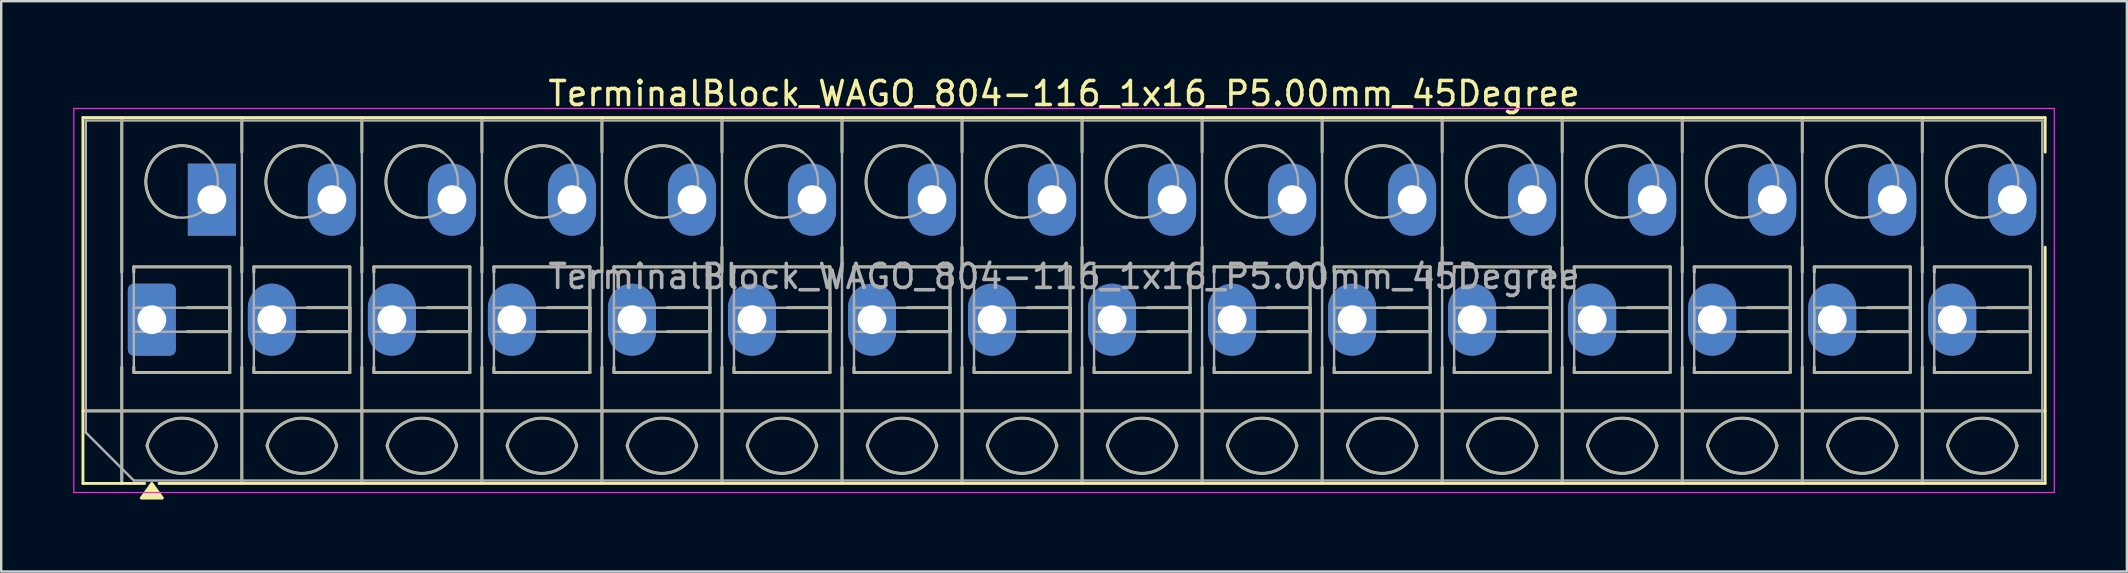
<source format=kicad_pcb>
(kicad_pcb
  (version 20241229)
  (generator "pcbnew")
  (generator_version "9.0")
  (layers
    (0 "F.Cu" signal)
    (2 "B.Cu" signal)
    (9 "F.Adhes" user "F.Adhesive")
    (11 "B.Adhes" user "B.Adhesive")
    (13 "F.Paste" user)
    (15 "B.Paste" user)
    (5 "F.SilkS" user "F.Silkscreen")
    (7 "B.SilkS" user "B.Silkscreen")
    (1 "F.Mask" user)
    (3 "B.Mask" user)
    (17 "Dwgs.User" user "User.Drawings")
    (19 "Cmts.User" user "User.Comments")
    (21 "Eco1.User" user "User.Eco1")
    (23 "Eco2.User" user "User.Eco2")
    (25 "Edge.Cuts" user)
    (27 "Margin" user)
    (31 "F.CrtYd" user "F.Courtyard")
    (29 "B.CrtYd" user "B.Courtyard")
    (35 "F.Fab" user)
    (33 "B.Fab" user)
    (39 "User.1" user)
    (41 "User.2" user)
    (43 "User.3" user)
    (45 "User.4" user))
  (footprint "TerminalBlock_WAGO_804-116_1x16_P5.00mm_45Degree"
    (layer "F.Cu")
    (at 3.275 10.268)
    (property "Reference" "TerminalBlock_WAGO_804-116_1x16_P5.00mm_45Degree" (at 38 -9.42 0) (layer "F.SilkS") (effects (font (size 1 1) (thickness 0.15))))
    (attr through_hole)
    (fp_line (start -2.87 -8.42) (end 78.87 -8.42) (stroke (width 0.12) (type solid)) (layer "F.SilkS"))
    (fp_line (start -2.87 3.8) (end 78.87 3.8) (stroke (width 0.12) (type solid)) (layer "F.SilkS"))
    (fp_line (start -2.87 6.82) (end -2.87 -8.42) (stroke (width 0.12) (type solid)) (layer "F.SilkS"))
    (fp_line (start -1.25 -8.42) (end -1.25 -1.98) (stroke (width 0.12) (type solid)) (layer "F.SilkS"))
    (fp_line (start -1.25 1.98) (end -1.25 6.82) (stroke (width 0.12) (type solid)) (layer "F.SilkS"))
    (fp_line (start -0.75 -2.2) (end 3.25 -2.2) (stroke (width 0.12) (type solid)) (layer "F.SilkS"))
    (fp_line (start -0.75 -1.98) (end -0.75 -2.2) (stroke (width 0.12) (type solid)) (layer "F.SilkS"))
    (fp_line (start -0.75 2.2) (end -0.75 1.98) (stroke (width 0.12) (type solid)) (layer "F.SilkS"))
    (fp_line (start -0.3 6.82) (end -2.87 6.82) (stroke (width 0.12) (type solid)) (layer "F.SilkS"))
    (fp_line (start 1.48 -0.5) (end 3.25 -0.5) (stroke (width 0.12) (type solid)) (layer "F.SilkS"))
    (fp_line (start 3.25 -2.2) (end 3.25 2.2) (stroke (width 0.12) (type solid)) (layer "F.SilkS"))
    (fp_line (start 3.25 -0.5) (end 3.25 0.5) (stroke (width 0.12) (type solid)) (layer "F.SilkS"))
    (fp_line (start 3.25 0.5) (end 1.48 0.5) (stroke (width 0.12) (type solid)) (layer "F.SilkS"))
    (fp_line (start 3.25 2.2) (end -0.75 2.2) (stroke (width 0.12) (type solid)) (layer "F.SilkS"))
    (fp_line (start 3.75 -8.42) (end 3.75 -6.98) (stroke (width 0.12) (type solid)) (layer "F.SilkS"))
    (fp_line (start 3.75 -3.02) (end 3.75 -1.98) (stroke (width 0.12) (type solid)) (layer "F.SilkS"))
    (fp_line (start 3.75 1.98) (end 3.75 6.82) (stroke (width 0.12) (type solid)) (layer "F.SilkS"))
    (fp_line (start 4.25 -2.2) (end 8.25 -2.2) (stroke (width 0.12) (type solid)) (layer "F.SilkS"))
    (fp_line (start 4.25 -1.98) (end 4.25 -2.2) (stroke (width 0.12) (type solid)) (layer "F.SilkS"))
    (fp_line (start 4.25 2.2) (end 4.25 1.98) (stroke (width 0.12) (type solid)) (layer "F.SilkS"))
    (fp_line (start 6.48 -0.5) (end 8.25 -0.5) (stroke (width 0.12) (type solid)) (layer "F.SilkS"))
    (fp_line (start 8.25 -2.2) (end 8.25 2.2) (stroke (width 0.12) (type solid)) (layer "F.SilkS"))
    (fp_line (start 8.25 -0.5) (end 8.25 0.5) (stroke (width 0.12) (type solid)) (layer "F.SilkS"))
    (fp_line (start 8.25 0.5) (end 6.48 0.5) (stroke (width 0.12) (type solid)) (layer "F.SilkS"))
    (fp_line (start 8.25 2.2) (end 4.25 2.2) (stroke (width 0.12) (type solid)) (layer "F.SilkS"))
    (fp_line (start 8.75 -8.42) (end 8.75 -6.98) (stroke (width 0.12) (type solid)) (layer "F.SilkS"))
    (fp_line (start 8.75 -3.02) (end 8.75 -1.98) (stroke (width 0.12) (type solid)) (layer "F.SilkS"))
    (fp_line (start 8.75 1.98) (end 8.75 6.82) (stroke (width 0.12) (type solid)) (layer "F.SilkS"))
    (fp_line (start 9.25 -2.2) (end 13.25 -2.2) (stroke (width 0.12) (type solid)) (layer "F.SilkS"))
    (fp_line (start 9.25 -1.98) (end 9.25 -2.2) (stroke (width 0.12) (type solid)) (layer "F.SilkS"))
    (fp_line (start 9.25 2.2) (end 9.25 1.98) (stroke (width 0.12) (type solid)) (layer "F.SilkS"))
    (fp_line (start 11.48 -0.5) (end 13.25 -0.5) (stroke (width 0.12) (type solid)) (layer "F.SilkS"))
    (fp_line (start 13.25 -2.2) (end 13.25 2.2) (stroke (width 0.12) (type solid)) (layer "F.SilkS"))
    (fp_line (start 13.25 -0.5) (end 13.25 0.5) (stroke (width 0.12) (type solid)) (layer "F.SilkS"))
    (fp_line (start 13.25 0.5) (end 11.48 0.5) (stroke (width 0.12) (type solid)) (layer "F.SilkS"))
    (fp_line (start 13.25 2.2) (end 9.25 2.2) (stroke (width 0.12) (type solid)) (layer "F.SilkS"))
    (fp_line (start 13.75 -8.42) (end 13.75 -6.98) (stroke (width 0.12) (type solid)) (layer "F.SilkS"))
    (fp_line (start 13.75 -3.02) (end 13.75 -1.98) (stroke (width 0.12) (type solid)) (layer "F.SilkS"))
    (fp_line (start 13.75 1.98) (end 13.75 6.82) (stroke (width 0.12) (type solid)) (layer "F.SilkS"))
    (fp_line (start 14.25 -2.2) (end 18.25 -2.2) (stroke (width 0.12) (type solid)) (layer "F.SilkS"))
    (fp_line (start 14.25 -1.98) (end 14.25 -2.2) (stroke (width 0.12) (type solid)) (layer "F.SilkS"))
    (fp_line (start 14.25 2.2) (end 14.25 1.98) (stroke (width 0.12) (type solid)) (layer "F.SilkS"))
    (fp_line (start 16.48 -0.5) (end 18.25 -0.5) (stroke (width 0.12) (type solid)) (layer "F.SilkS"))
    (fp_line (start 18.25 -2.2) (end 18.25 2.2) (stroke (width 0.12) (type solid)) (layer "F.SilkS"))
    (fp_line (start 18.25 -0.5) (end 18.25 0.5) (stroke (width 0.12) (type solid)) (layer "F.SilkS"))
    (fp_line (start 18.25 0.5) (end 16.48 0.5) (stroke (width 0.12) (type solid)) (layer "F.SilkS"))
    (fp_line (start 18.25 2.2) (end 14.25 2.2) (stroke (width 0.12) (type solid)) (layer "F.SilkS"))
    (fp_line (start 18.75 -8.42) (end 18.75 -6.98) (stroke (width 0.12) (type solid)) (layer "F.SilkS"))
    (fp_line (start 18.75 -3.02) (end 18.75 -1.98) (stroke (width 0.12) (type solid)) (layer "F.SilkS"))
    (fp_line (start 18.75 1.98) (end 18.75 6.82) (stroke (width 0.12) (type solid)) (layer "F.SilkS"))
    (fp_line (start 19.25 -2.2) (end 23.25 -2.2) (stroke (width 0.12) (type solid)) (layer "F.SilkS"))
    (fp_line (start 19.25 -1.98) (end 19.25 -2.2) (stroke (width 0.12) (type solid)) (layer "F.SilkS"))
    (fp_line (start 19.25 2.2) (end 19.25 1.98) (stroke (width 0.12) (type solid)) (layer "F.SilkS"))
    (fp_line (start 21.48 -0.5) (end 23.25 -0.5) (stroke (width 0.12) (type solid)) (layer "F.SilkS"))
    (fp_line (start 23.25 -2.2) (end 23.25 2.2) (stroke (width 0.12) (type solid)) (layer "F.SilkS"))
    (fp_line (start 23.25 -0.5) (end 23.25 0.5) (stroke (width 0.12) (type solid)) (layer "F.SilkS"))
    (fp_line (start 23.25 0.5) (end 21.48 0.5) (stroke (width 0.12) (type solid)) (layer "F.SilkS"))
    (fp_line (start 23.25 2.2) (end 19.25 2.2) (stroke (width 0.12) (type solid)) (layer "F.SilkS"))
    (fp_line (start 23.75 -8.42) (end 23.75 -6.98) (stroke (width 0.12) (type solid)) (layer "F.SilkS"))
    (fp_line (start 23.75 -3.02) (end 23.75 -1.98) (stroke (width 0.12) (type solid)) (layer "F.SilkS"))
    (fp_line (start 23.75 1.98) (end 23.75 6.82) (stroke (width 0.12) (type solid)) (layer "F.SilkS"))
    (fp_line (start 24.25 -2.2) (end 28.25 -2.2) (stroke (width 0.12) (type solid)) (layer "F.SilkS"))
    (fp_line (start 24.25 -1.98) (end 24.25 -2.2) (stroke (width 0.12) (type solid)) (layer "F.SilkS"))
    (fp_line (start 24.25 2.2) (end 24.25 1.98) (stroke (width 0.12) (type solid)) (layer "F.SilkS"))
    (fp_line (start 26.48 -0.5) (end 28.25 -0.5) (stroke (width 0.12) (type solid)) (layer "F.SilkS"))
    (fp_line (start 28.25 -2.2) (end 28.25 2.2) (stroke (width 0.12) (type solid)) (layer "F.SilkS"))
    (fp_line (start 28.25 -0.5) (end 28.25 0.5) (stroke (width 0.12) (type solid)) (layer "F.SilkS"))
    (fp_line (start 28.25 0.5) (end 26.48 0.5) (stroke (width 0.12) (type solid)) (layer "F.SilkS"))
    (fp_line (start 28.25 2.2) (end 24.25 2.2) (stroke (width 0.12) (type solid)) (layer "F.SilkS"))
    (fp_line (start 28.75 -8.42) (end 28.75 -6.98) (stroke (width 0.12) (type solid)) (layer "F.SilkS"))
    (fp_line (start 28.75 -3.02) (end 28.75 -1.98) (stroke (width 0.12) (type solid)) (layer "F.SilkS"))
    (fp_line (start 28.75 1.98) (end 28.75 6.82) (stroke (width 0.12) (type solid)) (layer "F.SilkS"))
    (fp_line (start 29.25 -2.2) (end 33.25 -2.2) (stroke (width 0.12) (type solid)) (layer "F.SilkS"))
    (fp_line (start 29.25 -1.98) (end 29.25 -2.2) (stroke (width 0.12) (type solid)) (layer "F.SilkS"))
    (fp_line (start 29.25 2.2) (end 29.25 1.98) (stroke (width 0.12) (type solid)) (layer "F.SilkS"))
    (fp_line (start 31.48 -0.5) (end 33.25 -0.5) (stroke (width 0.12) (type solid)) (layer "F.SilkS"))
    (fp_line (start 33.25 -2.2) (end 33.25 2.2) (stroke (width 0.12) (type solid)) (layer "F.SilkS"))
    (fp_line (start 33.25 -0.5) (end 33.25 0.5) (stroke (width 0.12) (type solid)) (layer "F.SilkS"))
    (fp_line (start 33.25 0.5) (end 31.48 0.5) (stroke (width 0.12) (type solid)) (layer "F.SilkS"))
    (fp_line (start 33.25 2.2) (end 29.25 2.2) (stroke (width 0.12) (type solid)) (layer "F.SilkS"))
    (fp_line (start 33.75 -8.42) (end 33.75 -6.98) (stroke (width 0.12) (type solid)) (layer "F.SilkS"))
    (fp_line (start 33.75 -3.02) (end 33.75 -1.98) (stroke (width 0.12) (type solid)) (layer "F.SilkS"))
    (fp_line (start 33.75 1.98) (end 33.75 6.82) (stroke (width 0.12) (type solid)) (layer "F.SilkS"))
    (fp_line (start 34.25 -2.2) (end 38.25 -2.2) (stroke (width 0.12) (type solid)) (layer "F.SilkS"))
    (fp_line (start 34.25 -1.98) (end 34.25 -2.2) (stroke (width 0.12) (type solid)) (layer "F.SilkS"))
    (fp_line (start 34.25 2.2) (end 34.25 1.98) (stroke (width 0.12) (type solid)) (layer "F.SilkS"))
    (fp_line (start 36.48 -0.5) (end 38.25 -0.5) (stroke (width 0.12) (type solid)) (layer "F.SilkS"))
    (fp_line (start 38.25 -2.2) (end 38.25 2.2) (stroke (width 0.12) (type solid)) (layer "F.SilkS"))
    (fp_line (start 38.25 -0.5) (end 38.25 0.5) (stroke (width 0.12) (type solid)) (layer "F.SilkS"))
    (fp_line (start 38.25 0.5) (end 36.48 0.5) (stroke (width 0.12) (type solid)) (layer "F.SilkS"))
    (fp_line (start 38.25 2.2) (end 34.25 2.2) (stroke (width 0.12) (type solid)) (layer "F.SilkS"))
    (fp_line (start 38.75 -8.42) (end 38.75 -6.98) (stroke (width 0.12) (type solid)) (layer "F.SilkS"))
    (fp_line (start 38.75 -3.02) (end 38.75 -1.98) (stroke (width 0.12) (type solid)) (layer "F.SilkS"))
    (fp_line (start 38.75 1.98) (end 38.75 6.82) (stroke (width 0.12) (type solid)) (layer "F.SilkS"))
    (fp_line (start 39.25 -2.2) (end 43.25 -2.2) (stroke (width 0.12) (type solid)) (layer "F.SilkS"))
    (fp_line (start 39.25 -1.98) (end 39.25 -2.2) (stroke (width 0.12) (type solid)) (layer "F.SilkS"))
    (fp_line (start 39.25 2.2) (end 39.25 1.98) (stroke (width 0.12) (type solid)) (layer "F.SilkS"))
    (fp_line (start 41.48 -0.5) (end 43.25 -0.5) (stroke (width 0.12) (type solid)) (layer "F.SilkS"))
    (fp_line (start 43.25 -2.2) (end 43.25 2.2) (stroke (width 0.12) (type solid)) (layer "F.SilkS"))
    (fp_line (start 43.25 -0.5) (end 43.25 0.5) (stroke (width 0.12) (type solid)) (layer "F.SilkS"))
    (fp_line (start 43.25 0.5) (end 41.48 0.5) (stroke (width 0.12) (type solid)) (layer "F.SilkS"))
    (fp_line (start 43.25 2.2) (end 39.25 2.2) (stroke (width 0.12) (type solid)) (layer "F.SilkS"))
    (fp_line (start 43.75 -8.42) (end 43.75 -6.98) (stroke (width 0.12) (type solid)) (layer "F.SilkS"))
    (fp_line (start 43.75 -3.02) (end 43.75 -1.98) (stroke (width 0.12) (type solid)) (layer "F.SilkS"))
    (fp_line (start 43.75 1.98) (end 43.75 6.82) (stroke (width 0.12) (type solid)) (layer "F.SilkS"))
    (fp_line (start 44.25 -2.2) (end 48.25 -2.2) (stroke (width 0.12) (type solid)) (layer "F.SilkS"))
    (fp_line (start 44.25 -1.98) (end 44.25 -2.2) (stroke (width 0.12) (type solid)) (layer "F.SilkS"))
    (fp_line (start 44.25 2.2) (end 44.25 1.98) (stroke (width 0.12) (type solid)) (layer "F.SilkS"))
    (fp_line (start 46.48 -0.5) (end 48.25 -0.5) (stroke (width 0.12) (type solid)) (layer "F.SilkS"))
    (fp_line (start 48.25 -2.2) (end 48.25 2.2) (stroke (width 0.12) (type solid)) (layer "F.SilkS"))
    (fp_line (start 48.25 -0.5) (end 48.25 0.5) (stroke (width 0.12) (type solid)) (layer "F.SilkS"))
    (fp_line (start 48.25 0.5) (end 46.48 0.5) (stroke (width 0.12) (type solid)) (layer "F.SilkS"))
    (fp_line (start 48.25 2.2) (end 44.25 2.2) (stroke (width 0.12) (type solid)) (layer "F.SilkS"))
    (fp_line (start 48.75 -8.42) (end 48.75 -6.98) (stroke (width 0.12) (type solid)) (layer "F.SilkS"))
    (fp_line (start 48.75 -3.02) (end 48.75 -1.98) (stroke (width 0.12) (type solid)) (layer "F.SilkS"))
    (fp_line (start 48.75 1.98) (end 48.75 6.82) (stroke (width 0.12) (type solid)) (layer "F.SilkS"))
    (fp_line (start 49.25 -2.2) (end 53.25 -2.2) (stroke (width 0.12) (type solid)) (layer "F.SilkS"))
    (fp_line (start 49.25 -1.98) (end 49.25 -2.2) (stroke (width 0.12) (type solid)) (layer "F.SilkS"))
    (fp_line (start 49.25 2.2) (end 49.25 1.98) (stroke (width 0.12) (type solid)) (layer "F.SilkS"))
    (fp_line (start 51.48 -0.5) (end 53.25 -0.5) (stroke (width 0.12) (type solid)) (layer "F.SilkS"))
    (fp_line (start 53.25 -2.2) (end 53.25 2.2) (stroke (width 0.12) (type solid)) (layer "F.SilkS"))
    (fp_line (start 53.25 -0.5) (end 53.25 0.5) (stroke (width 0.12) (type solid)) (layer "F.SilkS"))
    (fp_line (start 53.25 0.5) (end 51.48 0.5) (stroke (width 0.12) (type solid)) (layer "F.SilkS"))
    (fp_line (start 53.25 2.2) (end 49.25 2.2) (stroke (width 0.12) (type solid)) (layer "F.SilkS"))
    (fp_line (start 53.75 -8.42) (end 53.75 -6.98) (stroke (width 0.12) (type solid)) (layer "F.SilkS"))
    (fp_line (start 53.75 -3.02) (end 53.75 -1.98) (stroke (width 0.12) (type solid)) (layer "F.SilkS"))
    (fp_line (start 53.75 1.98) (end 53.75 6.82) (stroke (width 0.12) (type solid)) (layer "F.SilkS"))
    (fp_line (start 54.25 -2.2) (end 58.25 -2.2) (stroke (width 0.12) (type solid)) (layer "F.SilkS"))
    (fp_line (start 54.25 -1.98) (end 54.25 -2.2) (stroke (width 0.12) (type solid)) (layer "F.SilkS"))
    (fp_line (start 54.25 2.2) (end 54.25 1.98) (stroke (width 0.12) (type solid)) (layer "F.SilkS"))
    (fp_line (start 56.48 -0.5) (end 58.25 -0.5) (stroke (width 0.12) (type solid)) (layer "F.SilkS"))
    (fp_line (start 58.25 -2.2) (end 58.25 2.2) (stroke (width 0.12) (type solid)) (layer "F.SilkS"))
    (fp_line (start 58.25 -0.5) (end 58.25 0.5) (stroke (width 0.12) (type solid)) (layer "F.SilkS"))
    (fp_line (start 58.25 0.5) (end 56.48 0.5) (stroke (width 0.12) (type solid)) (layer "F.SilkS"))
    (fp_line (start 58.25 2.2) (end 54.25 2.2) (stroke (width 0.12) (type solid)) (layer "F.SilkS"))
    (fp_line (start 58.75 -8.42) (end 58.75 -6.98) (stroke (width 0.12) (type solid)) (layer "F.SilkS"))
    (fp_line (start 58.75 -3.02) (end 58.75 -1.98) (stroke (width 0.12) (type solid)) (layer "F.SilkS"))
    (fp_line (start 58.75 1.98) (end 58.75 6.82) (stroke (width 0.12) (type solid)) (layer "F.SilkS"))
    (fp_line (start 59.25 -2.2) (end 63.25 -2.2) (stroke (width 0.12) (type solid)) (layer "F.SilkS"))
    (fp_line (start 59.25 -1.98) (end 59.25 -2.2) (stroke (width 0.12) (type solid)) (layer "F.SilkS"))
    (fp_line (start 59.25 2.2) (end 59.25 1.98) (stroke (width 0.12) (type solid)) (layer "F.SilkS"))
    (fp_line (start 61.48 -0.5) (end 63.25 -0.5) (stroke (width 0.12) (type solid)) (layer "F.SilkS"))
    (fp_line (start 63.25 -2.2) (end 63.25 2.2) (stroke (width 0.12) (type solid)) (layer "F.SilkS"))
    (fp_line (start 63.25 -0.5) (end 63.25 0.5) (stroke (width 0.12) (type solid)) (layer "F.SilkS"))
    (fp_line (start 63.25 0.5) (end 61.48 0.5) (stroke (width 0.12) (type solid)) (layer "F.SilkS"))
    (fp_line (start 63.25 2.2) (end 59.25 2.2) (stroke (width 0.12) (type solid)) (layer "F.SilkS"))
    (fp_line (start 63.75 -8.42) (end 63.75 -6.98) (stroke (width 0.12) (type solid)) (layer "F.SilkS"))
    (fp_line (start 63.75 -3.02) (end 63.75 -1.98) (stroke (width 0.12) (type solid)) (layer "F.SilkS"))
    (fp_line (start 63.75 1.98) (end 63.75 6.82) (stroke (width 0.12) (type solid)) (layer "F.SilkS"))
    (fp_line (start 64.25 -2.2) (end 68.25 -2.2) (stroke (width 0.12) (type solid)) (layer "F.SilkS"))
    (fp_line (start 64.25 -1.98) (end 64.25 -2.2) (stroke (width 0.12) (type solid)) (layer "F.SilkS"))
    (fp_line (start 64.25 2.2) (end 64.25 1.98) (stroke (width 0.12) (type solid)) (layer "F.SilkS"))
    (fp_line (start 66.48 -0.5) (end 68.25 -0.5) (stroke (width 0.12) (type solid)) (layer "F.SilkS"))
    (fp_line (start 68.25 -2.2) (end 68.25 2.2) (stroke (width 0.12) (type solid)) (layer "F.SilkS"))
    (fp_line (start 68.25 -0.5) (end 68.25 0.5) (stroke (width 0.12) (type solid)) (layer "F.SilkS"))
    (fp_line (start 68.25 0.5) (end 66.48 0.5) (stroke (width 0.12) (type solid)) (layer "F.SilkS"))
    (fp_line (start 68.25 2.2) (end 64.25 2.2) (stroke (width 0.12) (type solid)) (layer "F.SilkS"))
    (fp_line (start 68.75 -8.42) (end 68.75 -6.98) (stroke (width 0.12) (type solid)) (layer "F.SilkS"))
    (fp_line (start 68.75 -3.02) (end 68.75 -1.98) (stroke (width 0.12) (type solid)) (layer "F.SilkS"))
    (fp_line (start 68.75 1.98) (end 68.75 6.82) (stroke (width 0.12) (type solid)) (layer "F.SilkS"))
    (fp_line (start 69.25 -2.2) (end 73.25 -2.2) (stroke (width 0.12) (type solid)) (layer "F.SilkS"))
    (fp_line (start 69.25 -1.98) (end 69.25 -2.2) (stroke (width 0.12) (type solid)) (layer "F.SilkS"))
    (fp_line (start 69.25 2.2) (end 69.25 1.98) (stroke (width 0.12) (type solid)) (layer "F.SilkS"))
    (fp_line (start 71.48 -0.5) (end 73.25 -0.5) (stroke (width 0.12) (type solid)) (layer "F.SilkS"))
    (fp_line (start 73.25 -2.2) (end 73.25 2.2) (stroke (width 0.12) (type solid)) (layer "F.SilkS"))
    (fp_line (start 73.25 -0.5) (end 73.25 0.5) (stroke (width 0.12) (type solid)) (layer "F.SilkS"))
    (fp_line (start 73.25 0.5) (end 71.48 0.5) (stroke (width 0.12) (type solid)) (layer "F.SilkS"))
    (fp_line (start 73.25 2.2) (end 69.25 2.2) (stroke (width 0.12) (type solid)) (layer "F.SilkS"))
    (fp_line (start 73.75 -8.42) (end 73.75 -6.98) (stroke (width 0.12) (type solid)) (layer "F.SilkS"))
    (fp_line (start 73.75 -3.02) (end 73.75 -1.98) (stroke (width 0.12) (type solid)) (layer "F.SilkS"))
    (fp_line (start 73.75 1.98) (end 73.75 6.82) (stroke (width 0.12) (type solid)) (layer "F.SilkS"))
    (fp_line (start 74.25 -2.2) (end 78.25 -2.2) (stroke (width 0.12) (type solid)) (layer "F.SilkS"))
    (fp_line (start 74.25 -1.98) (end 74.25 -2.2) (stroke (width 0.12) (type solid)) (layer "F.SilkS"))
    (fp_line (start 74.25 2.2) (end 74.25 1.98) (stroke (width 0.12) (type solid)) (layer "F.SilkS"))
    (fp_line (start 76.48 -0.5) (end 78.25 -0.5) (stroke (width 0.12) (type solid)) (layer "F.SilkS"))
    (fp_line (start 78.25 -2.2) (end 78.25 2.2) (stroke (width 0.12) (type solid)) (layer "F.SilkS"))
    (fp_line (start 78.25 -0.5) (end 78.25 0.5) (stroke (width 0.12) (type solid)) (layer "F.SilkS"))
    (fp_line (start 78.25 0.5) (end 76.48 0.5) (stroke (width 0.12) (type solid)) (layer "F.SilkS"))
    (fp_line (start 78.25 2.2) (end 74.25 2.2) (stroke (width 0.12) (type solid)) (layer "F.SilkS"))
    (fp_line (start 78.87 -8.42) (end 78.87 -6.98) (stroke (width 0.12) (type solid)) (layer "F.SilkS"))
    (fp_line (start 78.87 -3.02) (end 78.87 6.82) (stroke (width 0.12) (type solid)) (layer "F.SilkS"))
    (fp_line (start 78.87 6.82) (end 0.3 6.82) (stroke (width 0.12) (type solid)) (layer "F.SilkS"))
    (fp_arc (start -0.2 5.25) (mid 1.25 4.1) (end 2.7 5.25) (stroke (width 0.12) (type solid)) (layer "F.SilkS"))
    (fp_arc (start 1.02 -4.268) (mid -0.141916 -6.309209) (end 2.109 -6.98) (stroke (width 0.12) (type solid)) (layer "F.SilkS"))
    (fp_arc (start 2.7 5.25) (mid 1.25 6.4) (end -0.2 5.25) (stroke (width 0.12) (type solid)) (layer "F.SilkS"))
    (fp_arc (start 4.8 5.25) (mid 6.25 4.1) (end 7.7 5.25) (stroke (width 0.12) (type solid)) (layer "F.SilkS"))
    (fp_arc (start 6.02 -4.268) (mid 4.858084 -6.309209) (end 7.109 -6.98) (stroke (width 0.12) (type solid)) (layer "F.SilkS"))
    (fp_arc (start 7.7 5.25) (mid 6.25 6.4) (end 4.8 5.25) (stroke (width 0.12) (type solid)) (layer "F.SilkS"))
    (fp_arc (start 9.8 5.25) (mid 11.25 4.1) (end 12.7 5.25) (stroke (width 0.12) (type solid)) (layer "F.SilkS"))
    (fp_arc (start 11.02 -4.268) (mid 9.858084 -6.309209) (end 12.109 -6.98) (stroke (width 0.12) (type solid)) (layer "F.SilkS"))
    (fp_arc (start 12.7 5.25) (mid 11.25 6.4) (end 9.8 5.25) (stroke (width 0.12) (type solid)) (layer "F.SilkS"))
    (fp_arc (start 14.8 5.25) (mid 16.25 4.1) (end 17.7 5.25) (stroke (width 0.12) (type solid)) (layer "F.SilkS"))
    (fp_arc (start 16.02 -4.268) (mid 14.858084 -6.309209) (end 17.109 -6.98) (stroke (width 0.12) (type solid)) (layer "F.SilkS"))
    (fp_arc (start 17.7 5.25) (mid 16.25 6.4) (end 14.8 5.25) (stroke (width 0.12) (type solid)) (layer "F.SilkS"))
    (fp_arc (start 19.8 5.25) (mid 21.25 4.1) (end 22.7 5.25) (stroke (width 0.12) (type solid)) (layer "F.SilkS"))
    (fp_arc (start 21.02 -4.268) (mid 19.858084 -6.309209) (end 22.109 -6.98) (stroke (width 0.12) (type solid)) (layer "F.SilkS"))
    (fp_arc (start 22.7 5.25) (mid 21.25 6.4) (end 19.8 5.25) (stroke (width 0.12) (type solid)) (layer "F.SilkS"))
    (fp_arc (start 24.8 5.25) (mid 26.25 4.1) (end 27.7 5.25) (stroke (width 0.12) (type solid)) (layer "F.SilkS"))
    (fp_arc (start 26.02 -4.268) (mid 24.858084 -6.309209) (end 27.109 -6.98) (stroke (width 0.12) (type solid)) (layer "F.SilkS"))
    (fp_arc (start 27.7 5.25) (mid 26.25 6.4) (end 24.8 5.25) (stroke (width 0.12) (type solid)) (layer "F.SilkS"))
    (fp_arc (start 29.8 5.25) (mid 31.25 4.1) (end 32.7 5.25) (stroke (width 0.12) (type solid)) (layer "F.SilkS"))
    (fp_arc (start 31.02 -4.268) (mid 29.858084 -6.309209) (end 32.109 -6.98) (stroke (width 0.12) (type solid)) (layer "F.SilkS"))
    (fp_arc (start 32.7 5.25) (mid 31.25 6.4) (end 29.8 5.25) (stroke (width 0.12) (type solid)) (layer "F.SilkS"))
    (fp_arc (start 34.8 5.25) (mid 36.25 4.1) (end 37.7 5.25) (stroke (width 0.12) (type solid)) (layer "F.SilkS"))
    (fp_arc (start 36.02 -4.268) (mid 34.858084 -6.309209) (end 37.109 -6.98) (stroke (width 0.12) (type solid)) (layer "F.SilkS"))
    (fp_arc (start 37.7 5.25) (mid 36.25 6.4) (end 34.8 5.25) (stroke (width 0.12) (type solid)) (layer "F.SilkS"))
    (fp_arc (start 39.8 5.25) (mid 41.25 4.1) (end 42.7 5.25) (stroke (width 0.12) (type solid)) (layer "F.SilkS"))
    (fp_arc (start 41.02 -4.268) (mid 39.858084 -6.309209) (end 42.109 -6.98) (stroke (width 0.12) (type solid)) (layer "F.SilkS"))
    (fp_arc (start 42.7 5.25) (mid 41.25 6.4) (end 39.8 5.25) (stroke (width 0.12) (type solid)) (layer "F.SilkS"))
    (fp_arc (start 44.8 5.25) (mid 46.25 4.1) (end 47.7 5.25) (stroke (width 0.12) (type solid)) (layer "F.SilkS"))
    (fp_arc (start 46.02 -4.268) (mid 44.858084 -6.309209) (end 47.109 -6.98) (stroke (width 0.12) (type solid)) (layer "F.SilkS"))
    (fp_arc (start 47.7 5.25) (mid 46.25 6.4) (end 44.8 5.25) (stroke (width 0.12) (type solid)) (layer "F.SilkS"))
    (fp_arc (start 49.8 5.25) (mid 51.25 4.1) (end 52.7 5.25) (stroke (width 0.12) (type solid)) (layer "F.SilkS"))
    (fp_arc (start 51.02 -4.268) (mid 49.858084 -6.309209) (end 52.109 -6.98) (stroke (width 0.12) (type solid)) (layer "F.SilkS"))
    (fp_arc (start 52.7 5.25) (mid 51.25 6.4) (end 49.8 5.25) (stroke (width 0.12) (type solid)) (layer "F.SilkS"))
    (fp_arc (start 54.8 5.25) (mid 56.25 4.1) (end 57.7 5.25) (stroke (width 0.12) (type solid)) (layer "F.SilkS"))
    (fp_arc (start 56.02 -4.268) (mid 54.858084 -6.309209) (end 57.109 -6.98) (stroke (width 0.12) (type solid)) (layer "F.SilkS"))
    (fp_arc (start 57.7 5.25) (mid 56.25 6.4) (end 54.8 5.25) (stroke (width 0.12) (type solid)) (layer "F.SilkS"))
    (fp_arc (start 59.8 5.25) (mid 61.25 4.1) (end 62.7 5.25) (stroke (width 0.12) (type solid)) (layer "F.SilkS"))
    (fp_arc (start 61.02 -4.268) (mid 59.858084 -6.309209) (end 62.109 -6.98) (stroke (width 0.12) (type solid)) (layer "F.SilkS"))
    (fp_arc (start 62.7 5.25) (mid 61.25 6.4) (end 59.8 5.25) (stroke (width 0.12) (type solid)) (layer "F.SilkS"))
    (fp_arc (start 64.8 5.25) (mid 66.25 4.1) (end 67.7 5.25) (stroke (width 0.12) (type solid)) (layer "F.SilkS"))
    (fp_arc (start 66.02 -4.268) (mid 64.858084 -6.309209) (end 67.109 -6.98) (stroke (width 0.12) (type solid)) (layer "F.SilkS"))
    (fp_arc (start 67.7 5.25) (mid 66.25 6.4) (end 64.8 5.25) (stroke (width 0.12) (type solid)) (layer "F.SilkS"))
    (fp_arc (start 69.8 5.25) (mid 71.25 4.1) (end 72.7 5.25) (stroke (width 0.12) (type solid)) (layer "F.SilkS"))
    (fp_arc (start 71.02 -4.268) (mid 69.858084 -6.309209) (end 72.109 -6.98) (stroke (width 0.12) (type solid)) (layer "F.SilkS"))
    (fp_arc (start 72.7 5.25) (mid 71.25 6.4) (end 69.8 5.25) (stroke (width 0.12) (type solid)) (layer "F.SilkS"))
    (fp_arc (start 74.8 5.25) (mid 76.25 4.1) (end 77.7 5.25) (stroke (width 0.12) (type solid)) (layer "F.SilkS"))
    (fp_arc (start 76.02 -4.268) (mid 74.858084 -6.309209) (end 77.109 -6.98) (stroke (width 0.12) (type solid)) (layer "F.SilkS"))
    (fp_arc (start 77.7 5.25) (mid 76.25 6.4) (end 74.8 5.25) (stroke (width 0.12) (type solid)) (layer "F.SilkS"))
    (fp_poly (pts (xy 0 6.82) (xy 0.44 7.43) (xy -0.44 7.43)) (stroke (width 0.12) (type solid)) (fill yes) (layer "F.SilkS"))
    (fp_line (start -3.25 -8.8) (end -3.25 7.2) (stroke (width 0.05) (type solid)) (layer "F.CrtYd"))
    (fp_line (start -3.25 7.2) (end 79.25 7.2) (stroke (width 0.05) (type solid)) (layer "F.CrtYd"))
    (fp_line (start 79.25 -8.8) (end -3.25 -8.8) (stroke (width 0.05) (type solid)) (layer "F.CrtYd"))
    (fp_line (start 79.25 7.2) (end 79.25 -8.8) (stroke (width 0.05) (type solid)) (layer "F.CrtYd"))
    (fp_line (start -2.75 -8.3) (end 78.75 -8.3) (stroke (width 0.1) (type solid)) (layer "F.Fab"))
    (fp_line (start -2.75 3.8) (end 78.75 3.8) (stroke (width 0.1) (type solid)) (layer "F.Fab"))
    (fp_line (start -2.75 4.7) (end -2.75 -8.3) (stroke (width 0.1) (type solid)) (layer "F.Fab"))
    (fp_line (start -1.25 -8.3) (end -1.25 6.7) (stroke (width 0.1) (type solid)) (layer "F.Fab"))
    (fp_line (start -0.75 -2.2) (end -0.75 2.2) (stroke (width 0.1) (type solid)) (layer "F.Fab"))
    (fp_line (start -0.75 -0.5) (end -0.75 0.5) (stroke (width 0.1) (type solid)) (layer "F.Fab"))
    (fp_line (start -0.75 0.5) (end 3.25 0.5) (stroke (width 0.1) (type solid)) (layer "F.Fab"))
    (fp_line (start -0.75 2.2) (end 3.25 2.2) (stroke (width 0.1) (type solid)) (layer "F.Fab"))
    (fp_line (start -0.75 6.7) (end -2.75 4.7) (stroke (width 0.1) (type solid)) (layer "F.Fab"))
    (fp_line (start 3.25 -2.2) (end -0.75 -2.2) (stroke (width 0.1) (type solid)) (layer "F.Fab"))
    (fp_line (start 3.25 -0.5) (end -0.75 -0.5) (stroke (width 0.1) (type solid)) (layer "F.Fab"))
    (fp_line (start 3.25 0.5) (end 3.25 -0.5) (stroke (width 0.1) (type solid)) (layer "F.Fab"))
    (fp_line (start 3.25 2.2) (end 3.25 -2.2) (stroke (width 0.1) (type solid)) (layer "F.Fab"))
    (fp_line (start 3.75 -8.3) (end 3.75 6.7) (stroke (width 0.1) (type solid)) (layer "F.Fab"))
    (fp_line (start 4.25 -2.2) (end 4.25 2.2) (stroke (width 0.1) (type solid)) (layer "F.Fab"))
    (fp_line (start 4.25 -0.5) (end 4.25 0.5) (stroke (width 0.1) (type solid)) (layer "F.Fab"))
    (fp_line (start 4.25 0.5) (end 8.25 0.5) (stroke (width 0.1) (type solid)) (layer "F.Fab"))
    (fp_line (start 4.25 2.2) (end 8.25 2.2) (stroke (width 0.1) (type solid)) (layer "F.Fab"))
    (fp_line (start 8.25 -2.2) (end 4.25 -2.2) (stroke (width 0.1) (type solid)) (layer "F.Fab"))
    (fp_line (start 8.25 -0.5) (end 4.25 -0.5) (stroke (width 0.1) (type solid)) (layer "F.Fab"))
    (fp_line (start 8.25 0.5) (end 8.25 -0.5) (stroke (width 0.1) (type solid)) (layer "F.Fab"))
    (fp_line (start 8.25 2.2) (end 8.25 -2.2) (stroke (width 0.1) (type solid)) (layer "F.Fab"))
    (fp_line (start 8.75 -8.3) (end 8.75 6.7) (stroke (width 0.1) (type solid)) (layer "F.Fab"))
    (fp_line (start 9.25 -2.2) (end 9.25 2.2) (stroke (width 0.1) (type solid)) (layer "F.Fab"))
    (fp_line (start 9.25 -0.5) (end 9.25 0.5) (stroke (width 0.1) (type solid)) (layer "F.Fab"))
    (fp_line (start 9.25 0.5) (end 13.25 0.5) (stroke (width 0.1) (type solid)) (layer "F.Fab"))
    (fp_line (start 9.25 2.2) (end 13.25 2.2) (stroke (width 0.1) (type solid)) (layer "F.Fab"))
    (fp_line (start 13.25 -2.2) (end 9.25 -2.2) (stroke (width 0.1) (type solid)) (layer "F.Fab"))
    (fp_line (start 13.25 -0.5) (end 9.25 -0.5) (stroke (width 0.1) (type solid)) (layer "F.Fab"))
    (fp_line (start 13.25 0.5) (end 13.25 -0.5) (stroke (width 0.1) (type solid)) (layer "F.Fab"))
    (fp_line (start 13.25 2.2) (end 13.25 -2.2) (stroke (width 0.1) (type solid)) (layer "F.Fab"))
    (fp_line (start 13.75 -8.3) (end 13.75 6.7) (stroke (width 0.1) (type solid)) (layer "F.Fab"))
    (fp_line (start 14.25 -2.2) (end 14.25 2.2) (stroke (width 0.1) (type solid)) (layer "F.Fab"))
    (fp_line (start 14.25 -0.5) (end 14.25 0.5) (stroke (width 0.1) (type solid)) (layer "F.Fab"))
    (fp_line (start 14.25 0.5) (end 18.25 0.5) (stroke (width 0.1) (type solid)) (layer "F.Fab"))
    (fp_line (start 14.25 2.2) (end 18.25 2.2) (stroke (width 0.1) (type solid)) (layer "F.Fab"))
    (fp_line (start 18.25 -2.2) (end 14.25 -2.2) (stroke (width 0.1) (type solid)) (layer "F.Fab"))
    (fp_line (start 18.25 -0.5) (end 14.25 -0.5) (stroke (width 0.1) (type solid)) (layer "F.Fab"))
    (fp_line (start 18.25 0.5) (end 18.25 -0.5) (stroke (width 0.1) (type solid)) (layer "F.Fab"))
    (fp_line (start 18.25 2.2) (end 18.25 -2.2) (stroke (width 0.1) (type solid)) (layer "F.Fab"))
    (fp_line (start 18.75 -8.3) (end 18.75 6.7) (stroke (width 0.1) (type solid)) (layer "F.Fab"))
    (fp_line (start 19.25 -2.2) (end 19.25 2.2) (stroke (width 0.1) (type solid)) (layer "F.Fab"))
    (fp_line (start 19.25 -0.5) (end 19.25 0.5) (stroke (width 0.1) (type solid)) (layer "F.Fab"))
    (fp_line (start 19.25 0.5) (end 23.25 0.5) (stroke (width 0.1) (type solid)) (layer "F.Fab"))
    (fp_line (start 19.25 2.2) (end 23.25 2.2) (stroke (width 0.1) (type solid)) (layer "F.Fab"))
    (fp_line (start 23.25 -2.2) (end 19.25 -2.2) (stroke (width 0.1) (type solid)) (layer "F.Fab"))
    (fp_line (start 23.25 -0.5) (end 19.25 -0.5) (stroke (width 0.1) (type solid)) (layer "F.Fab"))
    (fp_line (start 23.25 0.5) (end 23.25 -0.5) (stroke (width 0.1) (type solid)) (layer "F.Fab"))
    (fp_line (start 23.25 2.2) (end 23.25 -2.2) (stroke (width 0.1) (type solid)) (layer "F.Fab"))
    (fp_line (start 23.75 -8.3) (end 23.75 6.7) (stroke (width 0.1) (type solid)) (layer "F.Fab"))
    (fp_line (start 24.25 -2.2) (end 24.25 2.2) (stroke (width 0.1) (type solid)) (layer "F.Fab"))
    (fp_line (start 24.25 -0.5) (end 24.25 0.5) (stroke (width 0.1) (type solid)) (layer "F.Fab"))
    (fp_line (start 24.25 0.5) (end 28.25 0.5) (stroke (width 0.1) (type solid)) (layer "F.Fab"))
    (fp_line (start 24.25 2.2) (end 28.25 2.2) (stroke (width 0.1) (type solid)) (layer "F.Fab"))
    (fp_line (start 28.25 -2.2) (end 24.25 -2.2) (stroke (width 0.1) (type solid)) (layer "F.Fab"))
    (fp_line (start 28.25 -0.5) (end 24.25 -0.5) (stroke (width 0.1) (type solid)) (layer "F.Fab"))
    (fp_line (start 28.25 0.5) (end 28.25 -0.5) (stroke (width 0.1) (type solid)) (layer "F.Fab"))
    (fp_line (start 28.25 2.2) (end 28.25 -2.2) (stroke (width 0.1) (type solid)) (layer "F.Fab"))
    (fp_line (start 28.75 -8.3) (end 28.75 6.7) (stroke (width 0.1) (type solid)) (layer "F.Fab"))
    (fp_line (start 29.25 -2.2) (end 29.25 2.2) (stroke (width 0.1) (type solid)) (layer "F.Fab"))
    (fp_line (start 29.25 -0.5) (end 29.25 0.5) (stroke (width 0.1) (type solid)) (layer "F.Fab"))
    (fp_line (start 29.25 0.5) (end 33.25 0.5) (stroke (width 0.1) (type solid)) (layer "F.Fab"))
    (fp_line (start 29.25 2.2) (end 33.25 2.2) (stroke (width 0.1) (type solid)) (layer "F.Fab"))
    (fp_line (start 33.25 -2.2) (end 29.25 -2.2) (stroke (width 0.1) (type solid)) (layer "F.Fab"))
    (fp_line (start 33.25 -0.5) (end 29.25 -0.5) (stroke (width 0.1) (type solid)) (layer "F.Fab"))
    (fp_line (start 33.25 0.5) (end 33.25 -0.5) (stroke (width 0.1) (type solid)) (layer "F.Fab"))
    (fp_line (start 33.25 2.2) (end 33.25 -2.2) (stroke (width 0.1) (type solid)) (layer "F.Fab"))
    (fp_line (start 33.75 -8.3) (end 33.75 6.7) (stroke (width 0.1) (type solid)) (layer "F.Fab"))
    (fp_line (start 34.25 -2.2) (end 34.25 2.2) (stroke (width 0.1) (type solid)) (layer "F.Fab"))
    (fp_line (start 34.25 -0.5) (end 34.25 0.5) (stroke (width 0.1) (type solid)) (layer "F.Fab"))
    (fp_line (start 34.25 0.5) (end 38.25 0.5) (stroke (width 0.1) (type solid)) (layer "F.Fab"))
    (fp_line (start 34.25 2.2) (end 38.25 2.2) (stroke (width 0.1) (type solid)) (layer "F.Fab"))
    (fp_line (start 38.25 -2.2) (end 34.25 -2.2) (stroke (width 0.1) (type solid)) (layer "F.Fab"))
    (fp_line (start 38.25 -0.5) (end 34.25 -0.5) (stroke (width 0.1) (type solid)) (layer "F.Fab"))
    (fp_line (start 38.25 0.5) (end 38.25 -0.5) (stroke (width 0.1) (type solid)) (layer "F.Fab"))
    (fp_line (start 38.25 2.2) (end 38.25 -2.2) (stroke (width 0.1) (type solid)) (layer "F.Fab"))
    (fp_line (start 38.75 -8.3) (end 38.75 6.7) (stroke (width 0.1) (type solid)) (layer "F.Fab"))
    (fp_line (start 39.25 -2.2) (end 39.25 2.2) (stroke (width 0.1) (type solid)) (layer "F.Fab"))
    (fp_line (start 39.25 -0.5) (end 39.25 0.5) (stroke (width 0.1) (type solid)) (layer "F.Fab"))
    (fp_line (start 39.25 0.5) (end 43.25 0.5) (stroke (width 0.1) (type solid)) (layer "F.Fab"))
    (fp_line (start 39.25 2.2) (end 43.25 2.2) (stroke (width 0.1) (type solid)) (layer "F.Fab"))
    (fp_line (start 43.25 -2.2) (end 39.25 -2.2) (stroke (width 0.1) (type solid)) (layer "F.Fab"))
    (fp_line (start 43.25 -0.5) (end 39.25 -0.5) (stroke (width 0.1) (type solid)) (layer "F.Fab"))
    (fp_line (start 43.25 0.5) (end 43.25 -0.5) (stroke (width 0.1) (type solid)) (layer "F.Fab"))
    (fp_line (start 43.25 2.2) (end 43.25 -2.2) (stroke (width 0.1) (type solid)) (layer "F.Fab"))
    (fp_line (start 43.75 -8.3) (end 43.75 6.7) (stroke (width 0.1) (type solid)) (layer "F.Fab"))
    (fp_line (start 44.25 -2.2) (end 44.25 2.2) (stroke (width 0.1) (type solid)) (layer "F.Fab"))
    (fp_line (start 44.25 -0.5) (end 44.25 0.5) (stroke (width 0.1) (type solid)) (layer "F.Fab"))
    (fp_line (start 44.25 0.5) (end 48.25 0.5) (stroke (width 0.1) (type solid)) (layer "F.Fab"))
    (fp_line (start 44.25 2.2) (end 48.25 2.2) (stroke (width 0.1) (type solid)) (layer "F.Fab"))
    (fp_line (start 48.25 -2.2) (end 44.25 -2.2) (stroke (width 0.1) (type solid)) (layer "F.Fab"))
    (fp_line (start 48.25 -0.5) (end 44.25 -0.5) (stroke (width 0.1) (type solid)) (layer "F.Fab"))
    (fp_line (start 48.25 0.5) (end 48.25 -0.5) (stroke (width 0.1) (type solid)) (layer "F.Fab"))
    (fp_line (start 48.25 2.2) (end 48.25 -2.2) (stroke (width 0.1) (type solid)) (layer "F.Fab"))
    (fp_line (start 48.75 -8.3) (end 48.75 6.7) (stroke (width 0.1) (type solid)) (layer "F.Fab"))
    (fp_line (start 49.25 -2.2) (end 49.25 2.2) (stroke (width 0.1) (type solid)) (layer "F.Fab"))
    (fp_line (start 49.25 -0.5) (end 49.25 0.5) (stroke (width 0.1) (type solid)) (layer "F.Fab"))
    (fp_line (start 49.25 0.5) (end 53.25 0.5) (stroke (width 0.1) (type solid)) (layer "F.Fab"))
    (fp_line (start 49.25 2.2) (end 53.25 2.2) (stroke (width 0.1) (type solid)) (layer "F.Fab"))
    (fp_line (start 53.25 -2.2) (end 49.25 -2.2) (stroke (width 0.1) (type solid)) (layer "F.Fab"))
    (fp_line (start 53.25 -0.5) (end 49.25 -0.5) (stroke (width 0.1) (type solid)) (layer "F.Fab"))
    (fp_line (start 53.25 0.5) (end 53.25 -0.5) (stroke (width 0.1) (type solid)) (layer "F.Fab"))
    (fp_line (start 53.25 2.2) (end 53.25 -2.2) (stroke (width 0.1) (type solid)) (layer "F.Fab"))
    (fp_line (start 53.75 -8.3) (end 53.75 6.7) (stroke (width 0.1) (type solid)) (layer "F.Fab"))
    (fp_line (start 54.25 -2.2) (end 54.25 2.2) (stroke (width 0.1) (type solid)) (layer "F.Fab"))
    (fp_line (start 54.25 -0.5) (end 54.25 0.5) (stroke (width 0.1) (type solid)) (layer "F.Fab"))
    (fp_line (start 54.25 0.5) (end 58.25 0.5) (stroke (width 0.1) (type solid)) (layer "F.Fab"))
    (fp_line (start 54.25 2.2) (end 58.25 2.2) (stroke (width 0.1) (type solid)) (layer "F.Fab"))
    (fp_line (start 58.25 -2.2) (end 54.25 -2.2) (stroke (width 0.1) (type solid)) (layer "F.Fab"))
    (fp_line (start 58.25 -0.5) (end 54.25 -0.5) (stroke (width 0.1) (type solid)) (layer "F.Fab"))
    (fp_line (start 58.25 0.5) (end 58.25 -0.5) (stroke (width 0.1) (type solid)) (layer "F.Fab"))
    (fp_line (start 58.25 2.2) (end 58.25 -2.2) (stroke (width 0.1) (type solid)) (layer "F.Fab"))
    (fp_line (start 58.75 -8.3) (end 58.75 6.7) (stroke (width 0.1) (type solid)) (layer "F.Fab"))
    (fp_line (start 59.25 -2.2) (end 59.25 2.2) (stroke (width 0.1) (type solid)) (layer "F.Fab"))
    (fp_line (start 59.25 -0.5) (end 59.25 0.5) (stroke (width 0.1) (type solid)) (layer "F.Fab"))
    (fp_line (start 59.25 0.5) (end 63.25 0.5) (stroke (width 0.1) (type solid)) (layer "F.Fab"))
    (fp_line (start 59.25 2.2) (end 63.25 2.2) (stroke (width 0.1) (type solid)) (layer "F.Fab"))
    (fp_line (start 63.25 -2.2) (end 59.25 -2.2) (stroke (width 0.1) (type solid)) (layer "F.Fab"))
    (fp_line (start 63.25 -0.5) (end 59.25 -0.5) (stroke (width 0.1) (type solid)) (layer "F.Fab"))
    (fp_line (start 63.25 0.5) (end 63.25 -0.5) (stroke (width 0.1) (type solid)) (layer "F.Fab"))
    (fp_line (start 63.25 2.2) (end 63.25 -2.2) (stroke (width 0.1) (type solid)) (layer "F.Fab"))
    (fp_line (start 63.75 -8.3) (end 63.75 6.7) (stroke (width 0.1) (type solid)) (layer "F.Fab"))
    (fp_line (start 64.25 -2.2) (end 64.25 2.2) (stroke (width 0.1) (type solid)) (layer "F.Fab"))
    (fp_line (start 64.25 -0.5) (end 64.25 0.5) (stroke (width 0.1) (type solid)) (layer "F.Fab"))
    (fp_line (start 64.25 0.5) (end 68.25 0.5) (stroke (width 0.1) (type solid)) (layer "F.Fab"))
    (fp_line (start 64.25 2.2) (end 68.25 2.2) (stroke (width 0.1) (type solid)) (layer "F.Fab"))
    (fp_line (start 68.25 -2.2) (end 64.25 -2.2) (stroke (width 0.1) (type solid)) (layer "F.Fab"))
    (fp_line (start 68.25 -0.5) (end 64.25 -0.5) (stroke (width 0.1) (type solid)) (layer "F.Fab"))
    (fp_line (start 68.25 0.5) (end 68.25 -0.5) (stroke (width 0.1) (type solid)) (layer "F.Fab"))
    (fp_line (start 68.25 2.2) (end 68.25 -2.2) (stroke (width 0.1) (type solid)) (layer "F.Fab"))
    (fp_line (start 68.75 -8.3) (end 68.75 6.7) (stroke (width 0.1) (type solid)) (layer "F.Fab"))
    (fp_line (start 69.25 -2.2) (end 69.25 2.2) (stroke (width 0.1) (type solid)) (layer "F.Fab"))
    (fp_line (start 69.25 -0.5) (end 69.25 0.5) (stroke (width 0.1) (type solid)) (layer "F.Fab"))
    (fp_line (start 69.25 0.5) (end 73.25 0.5) (stroke (width 0.1) (type solid)) (layer "F.Fab"))
    (fp_line (start 69.25 2.2) (end 73.25 2.2) (stroke (width 0.1) (type solid)) (layer "F.Fab"))
    (fp_line (start 73.25 -2.2) (end 69.25 -2.2) (stroke (width 0.1) (type solid)) (layer "F.Fab"))
    (fp_line (start 73.25 -0.5) (end 69.25 -0.5) (stroke (width 0.1) (type solid)) (layer "F.Fab"))
    (fp_line (start 73.25 0.5) (end 73.25 -0.5) (stroke (width 0.1) (type solid)) (layer "F.Fab"))
    (fp_line (start 73.25 2.2) (end 73.25 -2.2) (stroke (width 0.1) (type solid)) (layer "F.Fab"))
    (fp_line (start 73.75 -8.3) (end 73.75 6.7) (stroke (width 0.1) (type solid)) (layer "F.Fab"))
    (fp_line (start 74.25 -2.2) (end 74.25 2.2) (stroke (width 0.1) (type solid)) (layer "F.Fab"))
    (fp_line (start 74.25 -0.5) (end 74.25 0.5) (stroke (width 0.1) (type solid)) (layer "F.Fab"))
    (fp_line (start 74.25 0.5) (end 78.25 0.5) (stroke (width 0.1) (type solid)) (layer "F.Fab"))
    (fp_line (start 74.25 2.2) (end 78.25 2.2) (stroke (width 0.1) (type solid)) (layer "F.Fab"))
    (fp_line (start 78.25 -2.2) (end 74.25 -2.2) (stroke (width 0.1) (type solid)) (layer "F.Fab"))
    (fp_line (start 78.25 -0.5) (end 74.25 -0.5) (stroke (width 0.1) (type solid)) (layer "F.Fab"))
    (fp_line (start 78.25 0.5) (end 78.25 -0.5) (stroke (width 0.1) (type solid)) (layer "F.Fab"))
    (fp_line (start 78.25 2.2) (end 78.25 -2.2) (stroke (width 0.1) (type solid)) (layer "F.Fab"))
    (fp_line (start 78.75 -8.3) (end 78.75 6.7) (stroke (width 0.1) (type solid)) (layer "F.Fab"))
    (fp_line (start 78.75 6.7) (end -0.75 6.7) (stroke (width 0.1) (type solid)) (layer "F.Fab"))
    (fp_arc (start -0.2 5.25) (mid 1.25 4.1) (end 2.7 5.25) (stroke (width 0.1) (type solid)) (layer "F.Fab"))
    (fp_arc (start 2.7 5.25) (mid 1.25 6.4) (end -0.2 5.25) (stroke (width 0.1) (type solid)) (layer "F.Fab"))
    (fp_arc (start 4.8 5.25) (mid 6.25 4.1) (end 7.7 5.25) (stroke (width 0.1) (type solid)) (layer "F.Fab"))
    (fp_arc (start 7.7 5.25) (mid 6.25 6.4) (end 4.8 5.25) (stroke (width 0.1) (type solid)) (layer "F.Fab"))
    (fp_arc (start 9.8 5.25) (mid 11.25 4.1) (end 12.7 5.25) (stroke (width 0.1) (type solid)) (layer "F.Fab"))
    (fp_arc (start 12.7 5.25) (mid 11.25 6.4) (end 9.8 5.25) (stroke (width 0.1) (type solid)) (layer "F.Fab"))
    (fp_arc (start 14.8 5.25) (mid 16.25 4.1) (end 17.7 5.25) (stroke (width 0.1) (type solid)) (layer "F.Fab"))
    (fp_arc (start 17.7 5.25) (mid 16.25 6.4) (end 14.8 5.25) (stroke (width 0.1) (type solid)) (layer "F.Fab"))
    (fp_arc (start 19.8 5.25) (mid 21.25 4.1) (end 22.7 5.25) (stroke (width 0.1) (type solid)) (layer "F.Fab"))
    (fp_arc (start 22.7 5.25) (mid 21.25 6.4) (end 19.8 5.25) (stroke (width 0.1) (type solid)) (layer "F.Fab"))
    (fp_arc (start 24.8 5.25) (mid 26.25 4.1) (end 27.7 5.25) (stroke (width 0.1) (type solid)) (layer "F.Fab"))
    (fp_arc (start 27.7 5.25) (mid 26.25 6.4) (end 24.8 5.25) (stroke (width 0.1) (type solid)) (layer "F.Fab"))
    (fp_arc (start 29.8 5.25) (mid 31.25 4.1) (end 32.7 5.25) (stroke (width 0.1) (type solid)) (layer "F.Fab"))
    (fp_arc (start 32.7 5.25) (mid 31.25 6.4) (end 29.8 5.25) (stroke (width 0.1) (type solid)) (layer "F.Fab"))
    (fp_arc (start 34.8 5.25) (mid 36.25 4.1) (end 37.7 5.25) (stroke (width 0.1) (type solid)) (layer "F.Fab"))
    (fp_arc (start 37.7 5.25) (mid 36.25 6.4) (end 34.8 5.25) (stroke (width 0.1) (type solid)) (layer "F.Fab"))
    (fp_arc (start 39.8 5.25) (mid 41.25 4.1) (end 42.7 5.25) (stroke (width 0.1) (type solid)) (layer "F.Fab"))
    (fp_arc (start 42.7 5.25) (mid 41.25 6.4) (end 39.8 5.25) (stroke (width 0.1) (type solid)) (layer "F.Fab"))
    (fp_arc (start 44.8 5.25) (mid 46.25 4.1) (end 47.7 5.25) (stroke (width 0.1) (type solid)) (layer "F.Fab"))
    (fp_arc (start 47.7 5.25) (mid 46.25 6.4) (end 44.8 5.25) (stroke (width 0.1) (type solid)) (layer "F.Fab"))
    (fp_arc (start 49.8 5.25) (mid 51.25 4.1) (end 52.7 5.25) (stroke (width 0.1) (type solid)) (layer "F.Fab"))
    (fp_arc (start 52.7 5.25) (mid 51.25 6.4) (end 49.8 5.25) (stroke (width 0.1) (type solid)) (layer "F.Fab"))
    (fp_arc (start 54.8 5.25) (mid 56.25 4.1) (end 57.7 5.25) (stroke (width 0.1) (type solid)) (layer "F.Fab"))
    (fp_arc (start 57.7 5.25) (mid 56.25 6.4) (end 54.8 5.25) (stroke (width 0.1) (type solid)) (layer "F.Fab"))
    (fp_arc (start 59.8 5.25) (mid 61.25 4.1) (end 62.7 5.25) (stroke (width 0.1) (type solid)) (layer "F.Fab"))
    (fp_arc (start 62.7 5.25) (mid 61.25 6.4) (end 59.8 5.25) (stroke (width 0.1) (type solid)) (layer "F.Fab"))
    (fp_arc (start 64.8 5.25) (mid 66.25 4.1) (end 67.7 5.25) (stroke (width 0.1) (type solid)) (layer "F.Fab"))
    (fp_arc (start 67.7 5.25) (mid 66.25 6.4) (end 64.8 5.25) (stroke (width 0.1) (type solid)) (layer "F.Fab"))
    (fp_arc (start 69.8 5.25) (mid 71.25 4.1) (end 72.7 5.25) (stroke (width 0.1) (type solid)) (layer "F.Fab"))
    (fp_arc (start 72.7 5.25) (mid 71.25 6.4) (end 69.8 5.25) (stroke (width 0.1) (type solid)) (layer "F.Fab"))
    (fp_arc (start 74.8 5.25) (mid 76.25 4.1) (end 77.7 5.25) (stroke (width 0.1) (type solid)) (layer "F.Fab"))
    (fp_arc (start 77.7 5.25) (mid 76.25 6.4) (end 74.8 5.25) (stroke (width 0.1) (type solid)) (layer "F.Fab"))
    (fp_circle (center 1.25 -5.75) (end 2.75 -5.75) (stroke (width 0.1) (type solid)) (fill no) (layer "F.Fab"))
    (fp_circle (center 6.25 -5.75) (end 7.75 -5.75) (stroke (width 0.1) (type solid)) (fill no) (layer "F.Fab"))
    (fp_circle (center 11.25 -5.75) (end 12.75 -5.75) (stroke (width 0.1) (type solid)) (fill no) (layer "F.Fab"))
    (fp_circle (center 16.25 -5.75) (end 17.75 -5.75) (stroke (width 0.1) (type solid)) (fill no) (layer "F.Fab"))
    (fp_circle (center 21.25 -5.75) (end 22.75 -5.75) (stroke (width 0.1) (type solid)) (fill no) (layer "F.Fab"))
    (fp_circle (center 26.25 -5.75) (end 27.75 -5.75) (stroke (width 0.1) (type solid)) (fill no) (layer "F.Fab"))
    (fp_circle (center 31.25 -5.75) (end 32.75 -5.75) (stroke (width 0.1) (type solid)) (fill no) (layer "F.Fab"))
    (fp_circle (center 36.25 -5.75) (end 37.75 -5.75) (stroke (width 0.1) (type solid)) (fill no) (layer "F.Fab"))
    (fp_circle (center 41.25 -5.75) (end 42.75 -5.75) (stroke (width 0.1) (type solid)) (fill no) (layer "F.Fab"))
    (fp_circle (center 46.25 -5.75) (end 47.75 -5.75) (stroke (width 0.1) (type solid)) (fill no) (layer "F.Fab"))
    (fp_circle (center 51.25 -5.75) (end 52.75 -5.75) (stroke (width 0.1) (type solid)) (fill no) (layer "F.Fab"))
    (fp_circle (center 56.25 -5.75) (end 57.75 -5.75) (stroke (width 0.1) (type solid)) (fill no) (layer "F.Fab"))
    (fp_circle (center 61.25 -5.75) (end 62.75 -5.75) (stroke (width 0.1) (type solid)) (fill no) (layer "F.Fab"))
    (fp_circle (center 66.25 -5.75) (end 67.75 -5.75) (stroke (width 0.1) (type solid)) (fill no) (layer "F.Fab"))
    (fp_circle (center 71.25 -5.75) (end 72.75 -5.75) (stroke (width 0.1) (type solid)) (fill no) (layer "F.Fab"))
    (fp_circle (center 76.25 -5.75) (end 77.75 -5.75) (stroke (width 0.1) (type solid)) (fill no) (layer "F.Fab"))
    (fp_text user "${REFERENCE}" (at 38 -1.8 0) (layer "F.Fab") (effects (font (size 1 1) (thickness 0.15))))
    (pad "1" thru_hole roundrect (at 0 0) (size 2 3) (drill 1.2) (layers "*.Cu" "*.Mask") (roundrect_rratio 0.125))
    (pad "1" thru_hole rect (at 2.5 -5) (size 2 3) (drill 1.2) (layers "*.Cu" "*.Mask"))
    (pad "2" thru_hole oval (at 5 0) (size 2 3) (drill 1.2) (layers "*.Cu" "*.Mask"))
    (pad "2" thru_hole oval (at 7.5 -5) (size 2 3) (drill 1.2) (layers "*.Cu" "*.Mask"))
    (pad "3" thru_hole oval (at 10 0) (size 2 3) (drill 1.2) (layers "*.Cu" "*.Mask"))
    (pad "3" thru_hole oval (at 12.5 -5) (size 2 3) (drill 1.2) (layers "*.Cu" "*.Mask"))
    (pad "4" thru_hole oval (at 15 0) (size 2 3) (drill 1.2) (layers "*.Cu" "*.Mask"))
    (pad "4" thru_hole oval (at 17.5 -5) (size 2 3) (drill 1.2) (layers "*.Cu" "*.Mask"))
    (pad "5" thru_hole oval (at 20 0) (size 2 3) (drill 1.2) (layers "*.Cu" "*.Mask"))
    (pad "5" thru_hole oval (at 22.5 -5) (size 2 3) (drill 1.2) (layers "*.Cu" "*.Mask"))
    (pad "6" thru_hole oval (at 25 0) (size 2 3) (drill 1.2) (layers "*.Cu" "*.Mask"))
    (pad "6" thru_hole oval (at 27.5 -5) (size 2 3) (drill 1.2) (layers "*.Cu" "*.Mask"))
    (pad "7" thru_hole oval (at 30 0) (size 2 3) (drill 1.2) (layers "*.Cu" "*.Mask"))
    (pad "7" thru_hole oval (at 32.5 -5) (size 2 3) (drill 1.2) (layers "*.Cu" "*.Mask"))
    (pad "8" thru_hole oval (at 35 0) (size 2 3) (drill 1.2) (layers "*.Cu" "*.Mask"))
    (pad "8" thru_hole oval (at 37.5 -5) (size 2 3) (drill 1.2) (layers "*.Cu" "*.Mask"))
    (pad "9" thru_hole oval (at 40 0) (size 2 3) (drill 1.2) (layers "*.Cu" "*.Mask"))
    (pad "9" thru_hole oval (at 42.5 -5) (size 2 3) (drill 1.2) (layers "*.Cu" "*.Mask"))
    (pad "10" thru_hole oval (at 45 0) (size 2 3) (drill 1.2) (layers "*.Cu" "*.Mask"))
    (pad "10" thru_hole oval (at 47.5 -5) (size 2 3) (drill 1.2) (layers "*.Cu" "*.Mask"))
    (pad "11" thru_hole oval (at 50 0) (size 2 3) (drill 1.2) (layers "*.Cu" "*.Mask"))
    (pad "11" thru_hole oval (at 52.5 -5) (size 2 3) (drill 1.2) (layers "*.Cu" "*.Mask"))
    (pad "12" thru_hole oval (at 55 0) (size 2 3) (drill 1.2) (layers "*.Cu" "*.Mask"))
    (pad "12" thru_hole oval (at 57.5 -5) (size 2 3) (drill 1.2) (layers "*.Cu" "*.Mask"))
    (pad "13" thru_hole oval (at 60 0) (size 2 3) (drill 1.2) (layers "*.Cu" "*.Mask"))
    (pad "13" thru_hole oval (at 62.5 -5) (size 2 3) (drill 1.2) (layers "*.Cu" "*.Mask"))
    (pad "14" thru_hole oval (at 65 0) (size 2 3) (drill 1.2) (layers "*.Cu" "*.Mask"))
    (pad "14" thru_hole oval (at 67.5 -5) (size 2 3) (drill 1.2) (layers "*.Cu" "*.Mask"))
    (pad "15" thru_hole oval (at 70 0) (size 2 3) (drill 1.2) (layers "*.Cu" "*.Mask"))
    (pad "15" thru_hole oval (at 72.5 -5) (size 2 3) (drill 1.2) (layers "*.Cu" "*.Mask"))
    (pad "16" thru_hole oval (at 75 0) (size 2 3) (drill 1.2) (layers "*.Cu" "*.Mask"))
    (pad "16" thru_hole oval (at 77.5 -5) (size 2 3) (drill 1.2) (layers "*.Cu" "*.Mask")))
  (gr_rect
    (start -3 -3)
    (end 85.55 20.758)
    (stroke (width 0.1) (type default))
    (fill no)
    (layer "Edge.Cuts")))
</source>
